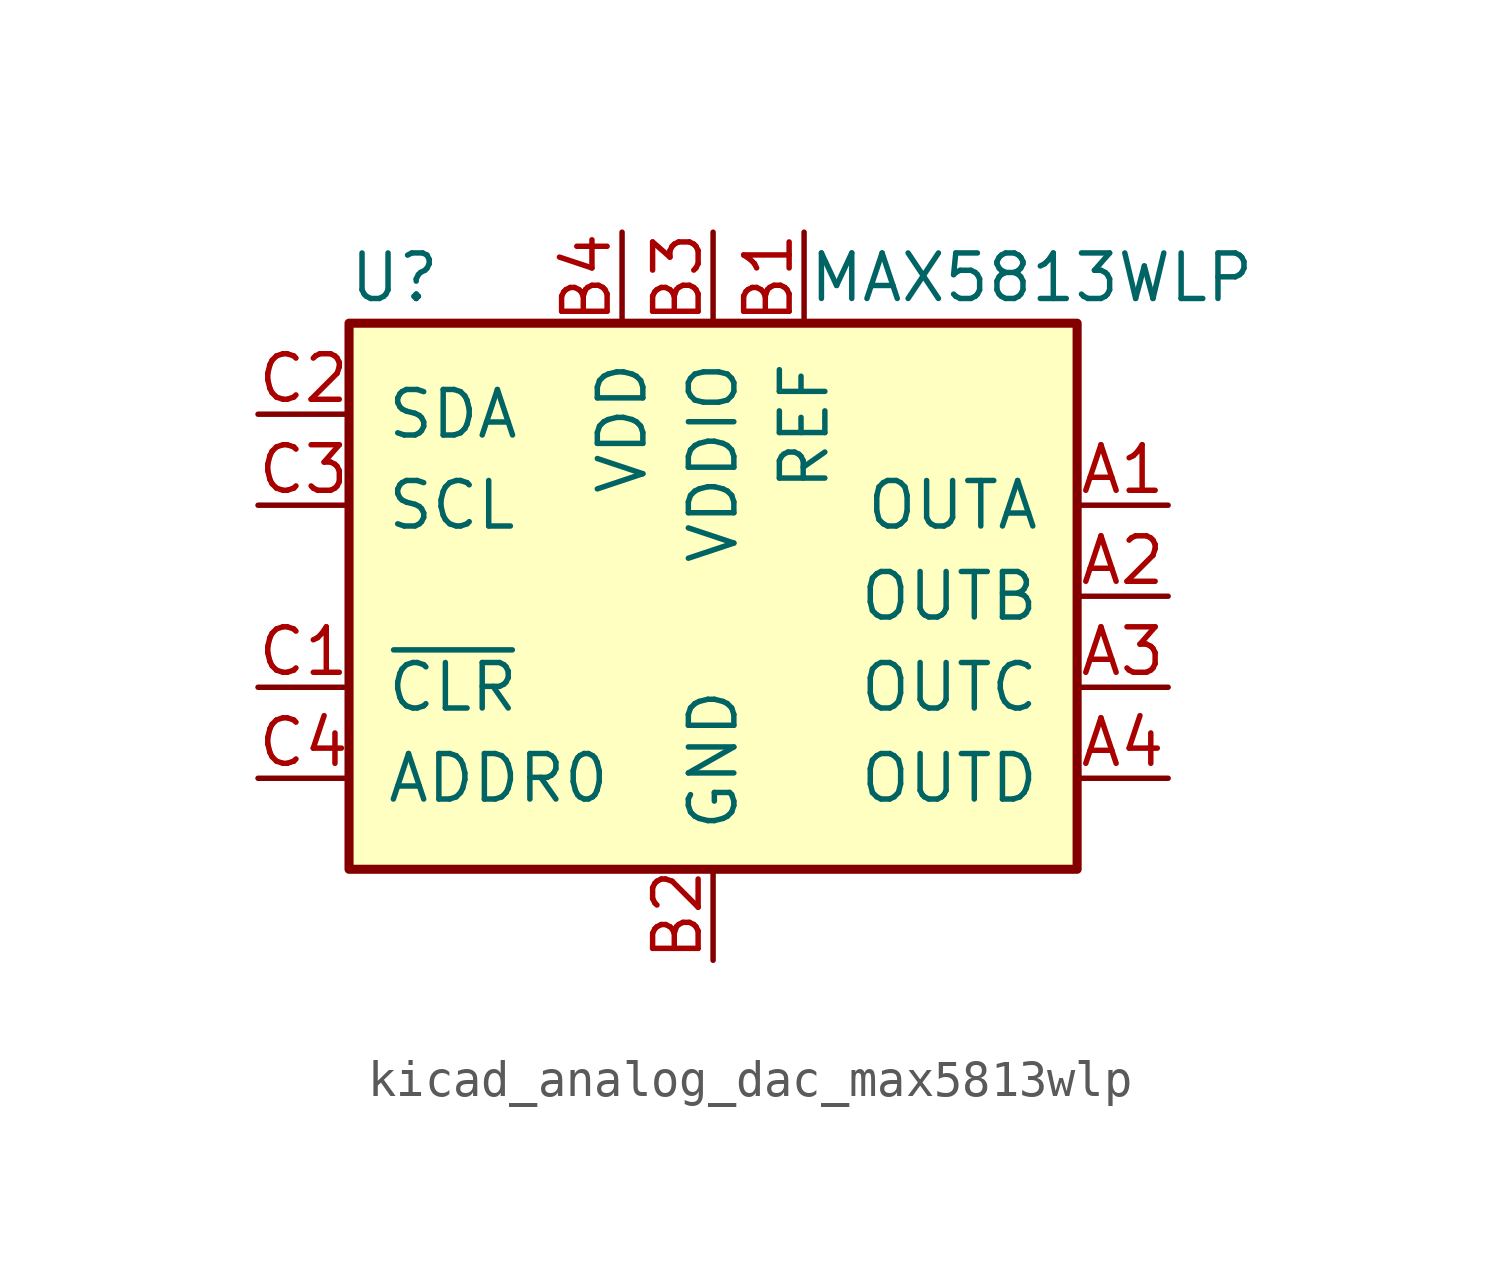
<source format=kicad_sym>
(kicad_symbol_lib
  (version 20220914)
  (generator kicad_symbol_editor)
  (symbol "kicad_analog_dac_max5813wlp"
    (pin_names
      (offset 1.016))
    (property "Reference" "U"
      (at -8.89 8.89 0)
      (effects (font (size 1.27 1.27))))
    (property "Value" "MAX5813WLP"
      (at 8.89 8.89 0)
      (effects (font (size 1.27 1.27))))
    (symbol "kicad_analog_dac_max5813wlp_0_1"
      (rectangle (start -10.16 7.62) (end 10.16 -7.62) (stroke (width 0.254) (type default)) (fill (type background))))
    (symbol "kicad_analog_dac_max5813wlp_1_1"
      (pin output line (at 12.7 2.54 180) (length 2.54) (name "OUTA" (effects (font (size 1.27 1.27)))) (number "A1" (effects (font (size 1.27 1.27)))))
      (pin output line (at 12.7 0 180) (length 2.54) (name "OUTB" (effects (font (size 1.27 1.27)))) (number "A2" (effects (font (size 1.27 1.27)))))
      (pin output line (at 12.7 -2.54 180) (length 2.54) (name "OUTC" (effects (font (size 1.27 1.27)))) (number "A3" (effects (font (size 1.27 1.27)))))
      (pin output line (at 12.7 -5.08 180) (length 2.54) (name "OUTD" (effects (font (size 1.27 1.27)))) (number "A4" (effects (font (size 1.27 1.27)))))
      (pin power_in line (at 2.54 10.16 270) (length 2.54) (name "REF" (effects (font (size 1.27 1.27)))) (number "B1" (effects (font (size 1.27 1.27)))))
      (pin power_in line (at 0 -10.16 90) (length 2.54) (name "GND" (effects (font (size 1.27 1.27)))) (number "B2" (effects (font (size 1.27 1.27)))))
      (pin power_in line (at 0 10.16 270) (length 2.54) (name "VDDIO" (effects (font (size 1.27 1.27)))) (number "B3" (effects (font (size 1.27 1.27)))))
      (pin power_in line (at -2.54 10.16 270) (length 2.54) (name "VDD" (effects (font (size 1.27 1.27)))) (number "B4" (effects (font (size 1.27 1.27)))))
      (pin input line (at -12.7 -2.54 0) (length 2.54) (name "~{CLR}" (effects (font (size 1.27 1.27)))) (number "C1" (effects (font (size 1.27 1.27)))))
      (pin bidirectional line (at -12.7 5.08 0) (length 2.54) (name "SDA" (effects (font (size 1.27 1.27)))) (number "C2" (effects (font (size 1.27 1.27)))))
      (pin input line (at -12.7 2.54 0) (length 2.54) (name "SCL" (effects (font (size 1.27 1.27)))) (number "C3" (effects (font (size 1.27 1.27)))))
      (pin input line (at -12.7 -5.08 0) (length 2.54) (name "ADDR0" (effects (font (size 1.27 1.27)))) (number "C4" (effects (font (size 1.27 1.27))))))))
</source>
